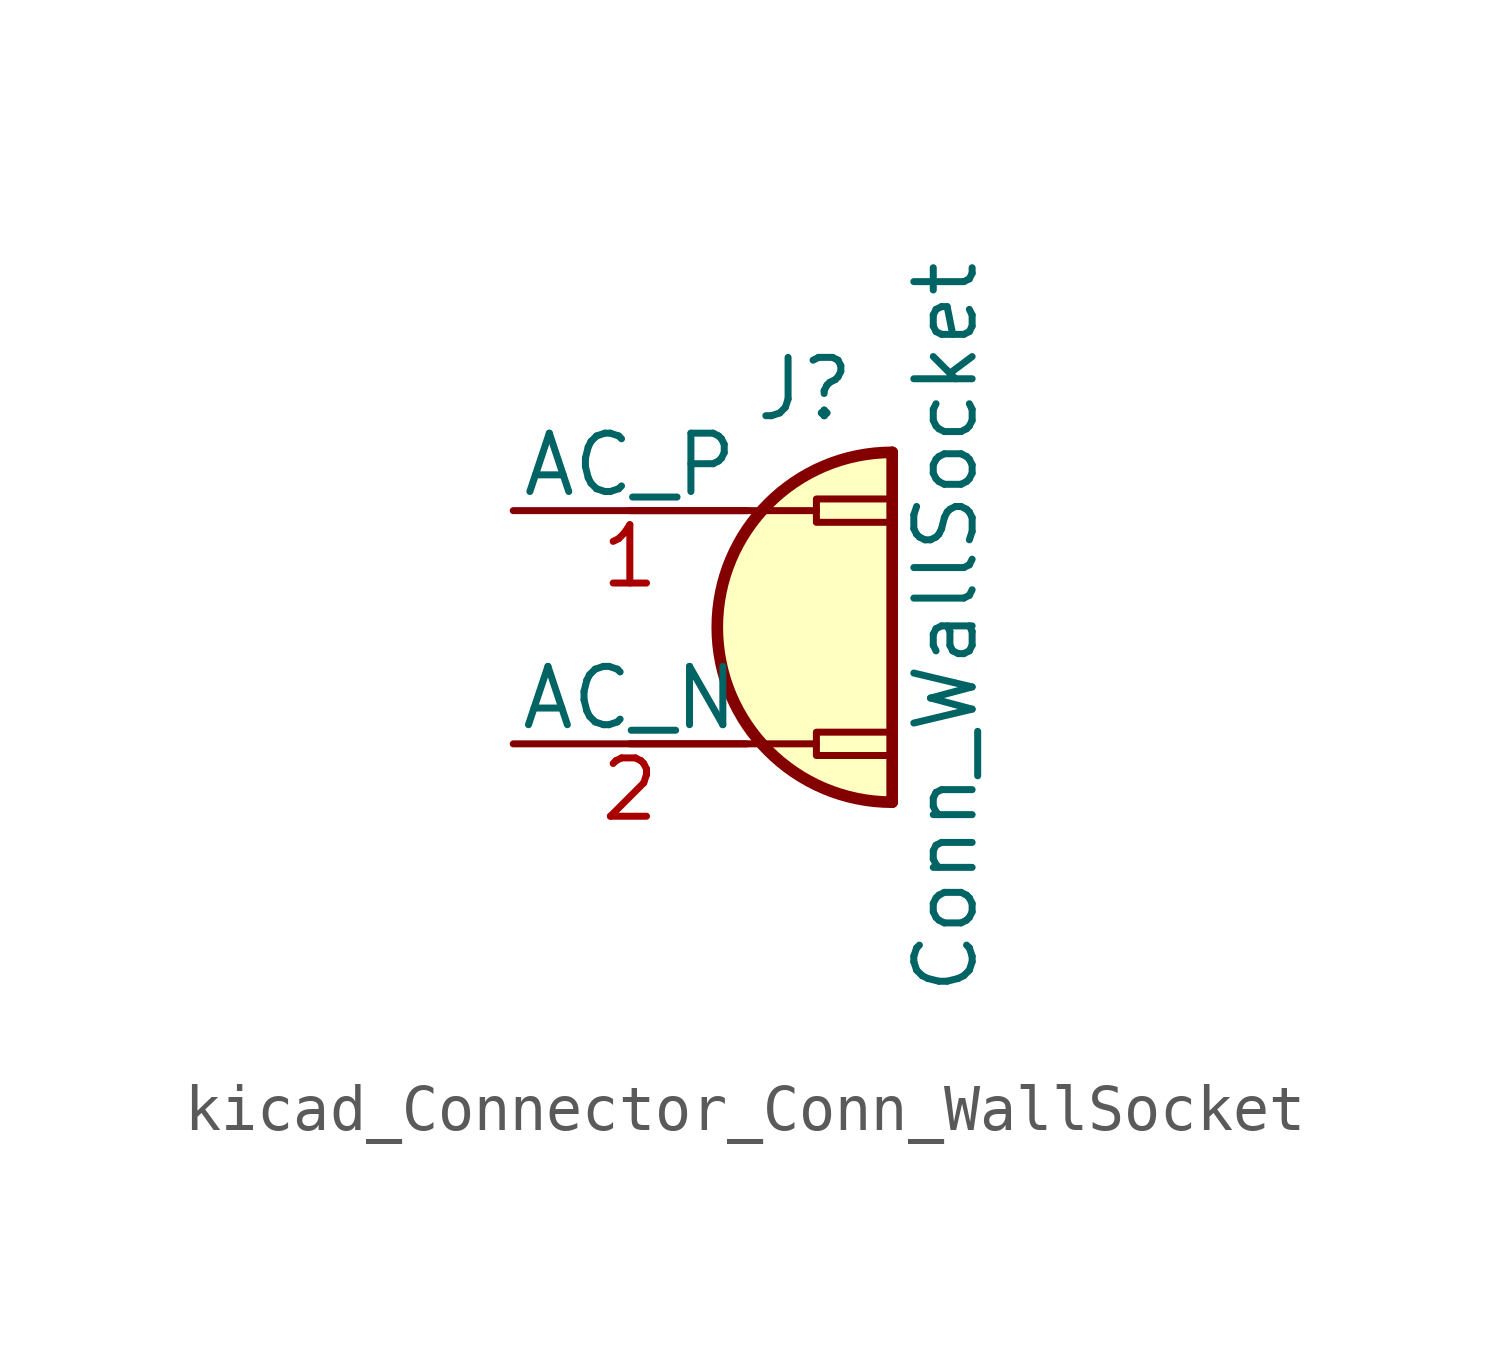
<source format=kicad_sym>
(kicad_symbol_lib
  (version 20220914)
  (generator kicad_symbol_editor)
  (symbol "kicad_Connector_Conn_WallSocket"
    (pin_names
      (offset 0))
    (property "Reference" "J"
      (at 1.27 4.445 0)
      (effects (font (size 1.27 1.27)) (justify bottom)))
    (property "Value" "Conn_WallSocket"
      (at 5.08 0 90)
      (effects (font (size 1.27 1.27)) (justify bottom)))
    (symbol "kicad_Connector_Conn_WallSocket_0_1"
      (polyline (pts (xy 1.524 -2.54) (xy -2.54 -2.54)) (stroke (width 0) (type default)) (fill (type none)))
      (polyline (pts (xy 1.524 2.54) (xy -2.54 2.54)) (stroke (width 0) (type default)) (fill (type none)))
      (polyline (pts (xy 3.175 -3.81) (xy 3.175 3.81)) (stroke (width 0.254) (type default)) (fill (type none)))
      (rectangle (start 3.175 -2.794) (end 1.524 -2.286) (stroke (width 0) (type default)) (fill (type none)))
      (rectangle (start 3.175 2.286) (end 1.524 2.794) (stroke (width 0) (type default)) (fill (type none)))
      (arc (start 3.175 3.81) (mid -0.6184 0) (end 3.175 -3.81) (stroke (width 0.254) (type default)) (fill (type background))))
    (symbol "kicad_Connector_Conn_WallSocket_1_1"
      (pin power_in line (at -5.08 2.54 0) (length 5.08) (name "AC_P" (effects (font (size 1.27 1.27)))) (number "1" (effects (font (size 1.27 1.27)))))
      (pin power_in line (at -5.08 -2.54 0) (length 5.08) (name "AC_N" (effects (font (size 1.27 1.27)))) (number "2" (effects (font (size 1.27 1.27))))))))
</source>
